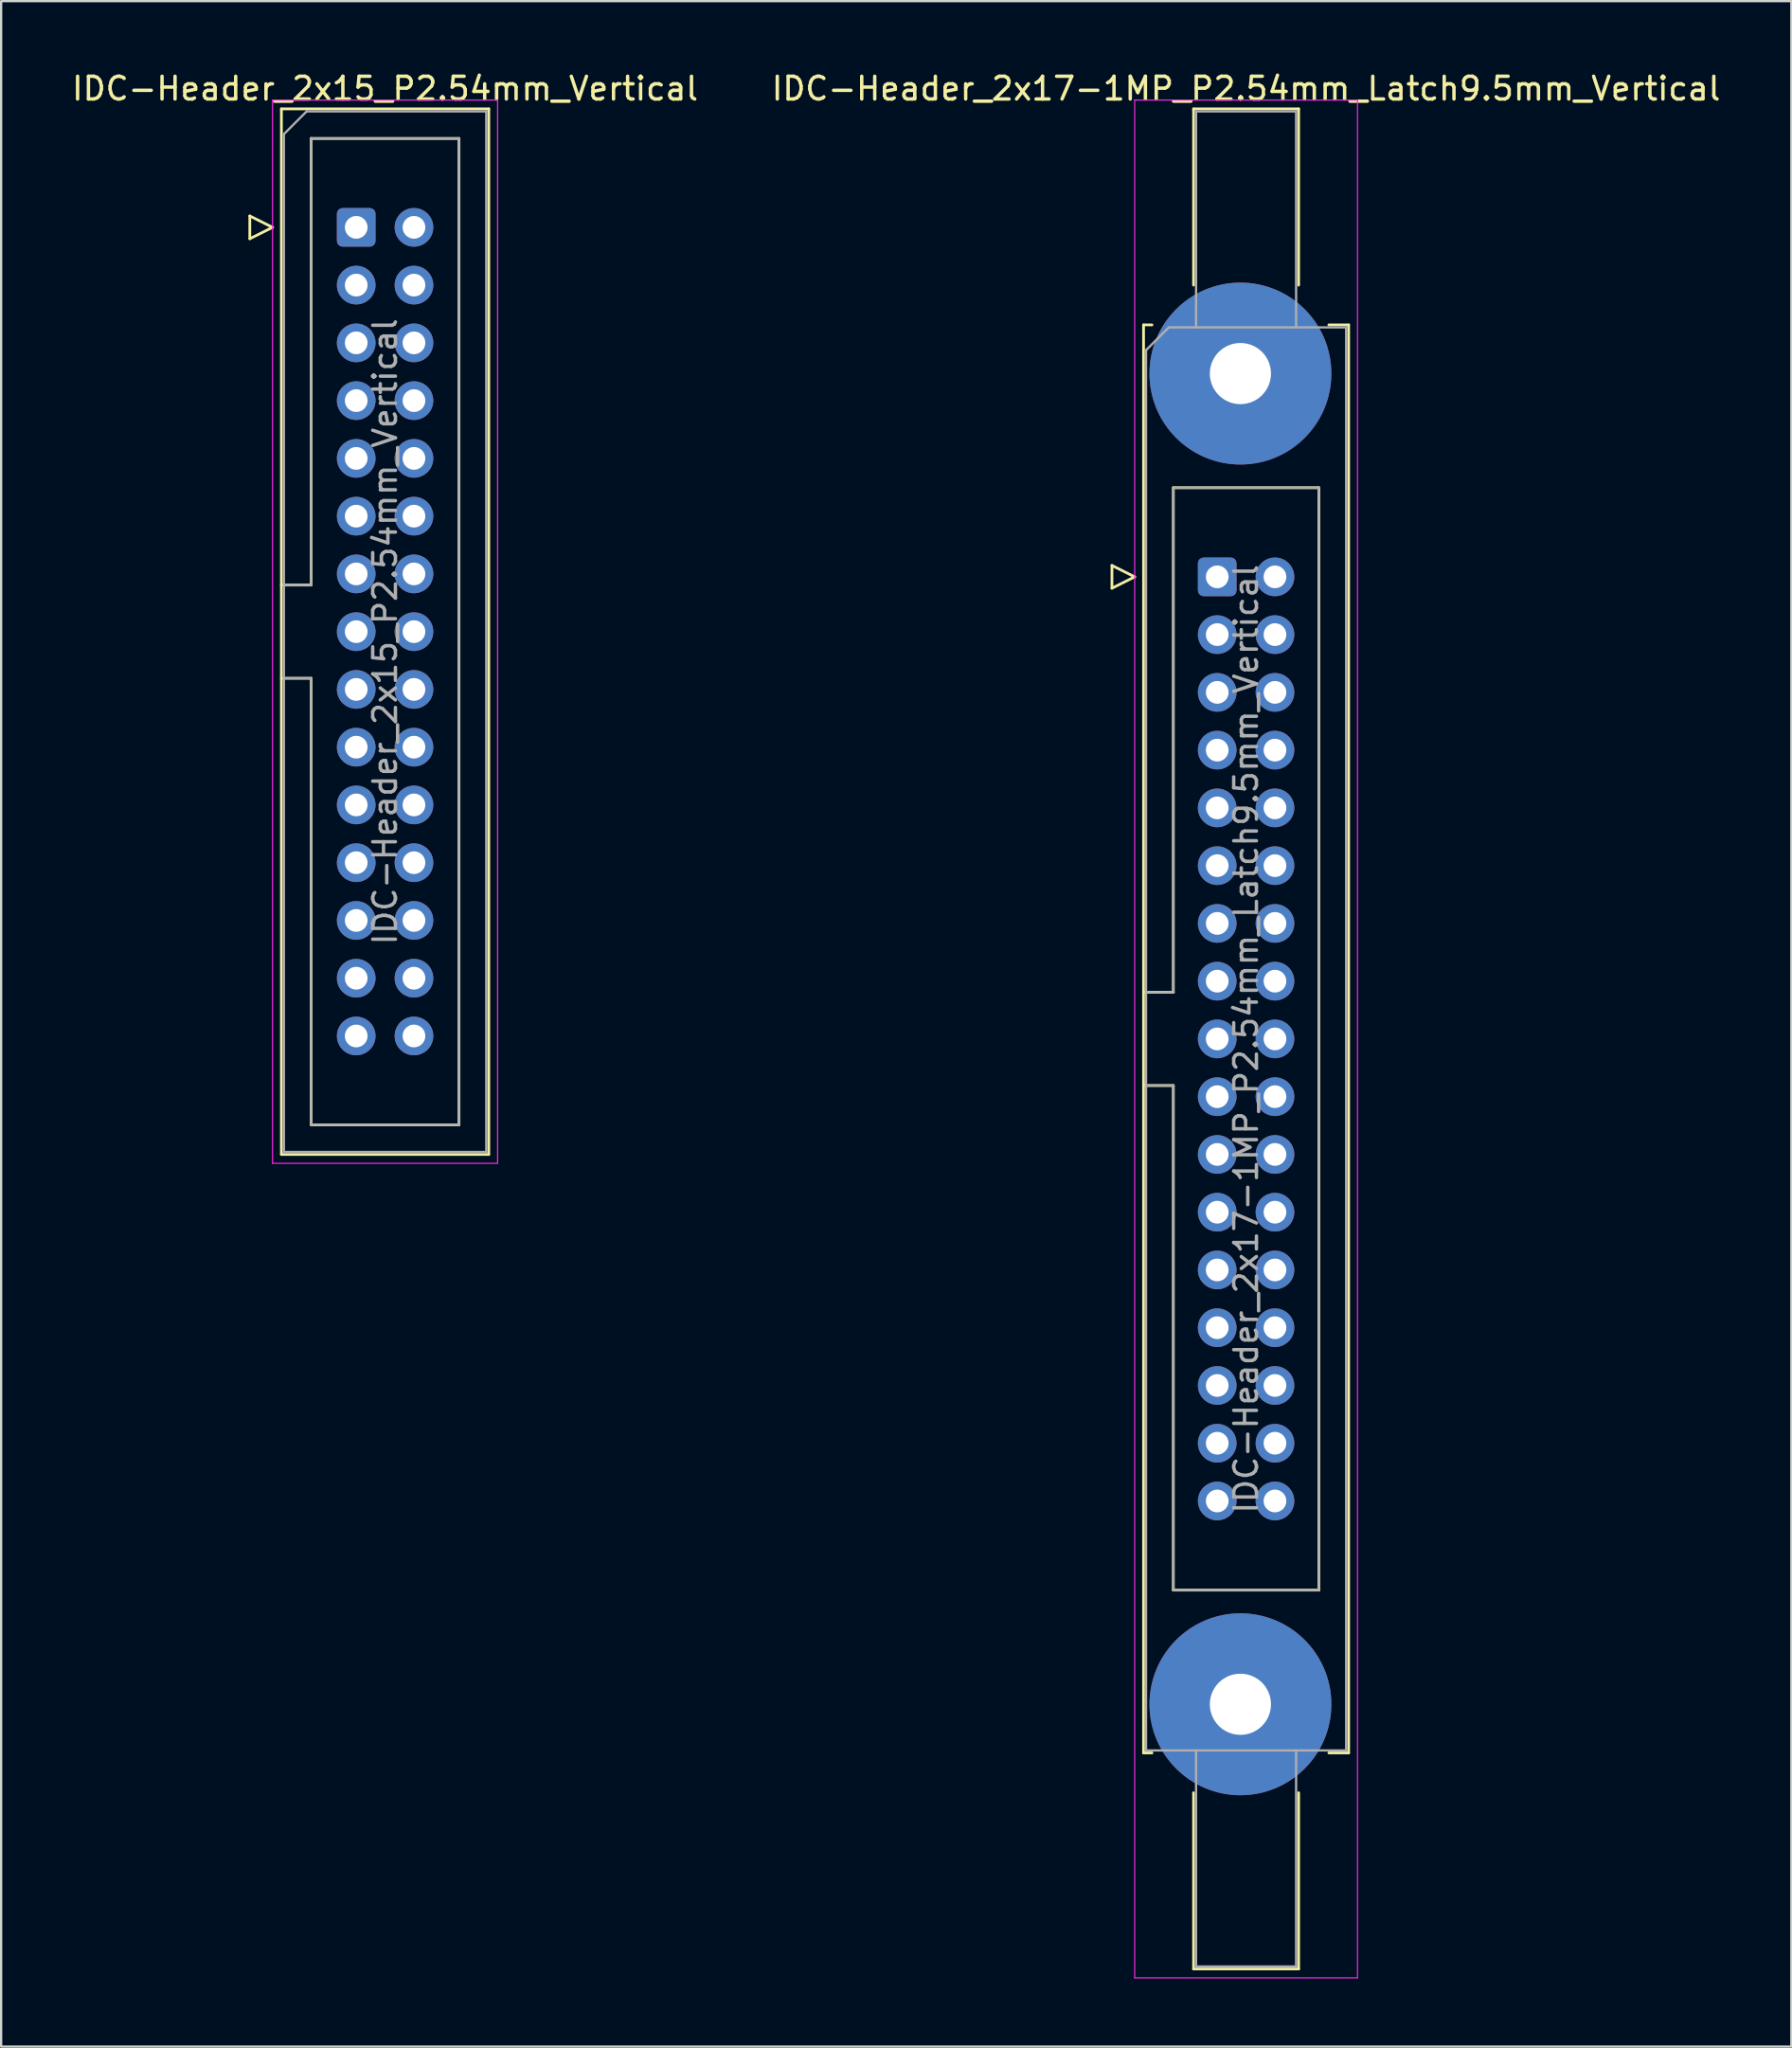
<source format=kicad_pcb>
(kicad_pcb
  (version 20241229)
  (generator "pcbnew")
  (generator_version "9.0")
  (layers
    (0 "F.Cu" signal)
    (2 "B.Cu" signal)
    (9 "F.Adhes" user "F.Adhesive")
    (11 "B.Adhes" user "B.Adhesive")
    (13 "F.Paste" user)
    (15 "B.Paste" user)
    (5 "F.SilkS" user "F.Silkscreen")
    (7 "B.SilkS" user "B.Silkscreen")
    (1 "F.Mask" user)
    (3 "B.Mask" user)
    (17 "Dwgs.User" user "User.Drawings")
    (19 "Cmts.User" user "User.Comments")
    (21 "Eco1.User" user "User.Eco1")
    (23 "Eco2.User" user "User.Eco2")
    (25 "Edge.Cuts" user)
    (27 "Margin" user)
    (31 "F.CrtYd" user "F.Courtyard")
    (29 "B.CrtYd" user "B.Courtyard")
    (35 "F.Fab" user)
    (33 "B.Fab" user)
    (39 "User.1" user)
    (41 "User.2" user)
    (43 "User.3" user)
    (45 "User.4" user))
  (footprint "IDC-Header_2x17-1MP_P2.54mm_Latch9.5mm_Vertical"
    (layer "F.Cu")
    (at 50.486 22.318)
    (property "Reference" "IDC-Header_2x17-1MP_P2.54mm_Latch9.5mm_Vertical" (at 1.27 -21.47 0) (layer "F.SilkS") (effects (font (size 1 1) (thickness 0.15))))
    (attr through_hole)
    (fp_line (start -4.63 -0.5) (end -4.63 0.5) (stroke (width 0.12) (type solid)) (layer "F.SilkS"))
    (fp_line (start -4.63 0.5) (end -3.63 0) (stroke (width 0.12) (type solid)) (layer "F.SilkS"))
    (fp_line (start -3.63 0) (end -4.63 -0.5) (stroke (width 0.12) (type solid)) (layer "F.SilkS"))
    (fp_line (start -3.24 -11.08) (end -3.24 51.72) (stroke (width 0.12) (type solid)) (layer "F.SilkS"))
    (fp_line (start -3.24 18.27) (end -1.93 18.27) (stroke (width 0.12) (type solid)) (layer "F.SilkS"))
    (fp_line (start -3.24 51.72) (end -2.87 51.72) (stroke (width 0.12) (type solid)) (layer "F.SilkS"))
    (fp_line (start -2.87 -11.08) (end -3.24 -11.08) (stroke (width 0.12) (type solid)) (layer "F.SilkS"))
    (fp_line (start -1.93 -3.92) (end 4.47 -3.92) (stroke (width 0.12) (type solid)) (layer "F.SilkS"))
    (fp_line (start -1.93 18.27) (end -1.93 -3.92) (stroke (width 0.12) (type solid)) (layer "F.SilkS"))
    (fp_line (start -1.93 22.37) (end -3.24 22.37) (stroke (width 0.12) (type solid)) (layer "F.SilkS"))
    (fp_line (start -1.93 44.56) (end -1.93 22.37) (stroke (width 0.12) (type solid)) (layer "F.SilkS"))
    (fp_line (start -1.04 -20.58) (end 3.58 -20.58) (stroke (width 0.12) (type solid)) (layer "F.SilkS"))
    (fp_line (start -1.04 -12.83) (end -1.04 -20.58) (stroke (width 0.12) (type solid)) (layer "F.SilkS"))
    (fp_line (start -1.04 53.47) (end -1.04 61.22) (stroke (width 0.12) (type solid)) (layer "F.SilkS"))
    (fp_line (start -1.04 61.22) (end 3.58 61.22) (stroke (width 0.12) (type solid)) (layer "F.SilkS"))
    (fp_line (start 3.58 -20.58) (end 3.58 -12.83) (stroke (width 0.12) (type solid)) (layer "F.SilkS"))
    (fp_line (start 3.58 61.22) (end 3.58 53.47) (stroke (width 0.12) (type solid)) (layer "F.SilkS"))
    (fp_line (start 4.47 -3.92) (end 4.47 44.56) (stroke (width 0.12) (type solid)) (layer "F.SilkS"))
    (fp_line (start 4.47 44.56) (end -1.93 44.56) (stroke (width 0.12) (type solid)) (layer "F.SilkS"))
    (fp_line (start 4.91 -11.08) (end 5.78 -11.08) (stroke (width 0.12) (type solid)) (layer "F.SilkS"))
    (fp_line (start 5.78 -11.08) (end 5.78 51.72) (stroke (width 0.12) (type solid)) (layer "F.SilkS"))
    (fp_line (start 5.78 51.72) (end 4.91 51.72) (stroke (width 0.12) (type solid)) (layer "F.SilkS"))
    (fp_line (start -3.63 -20.97) (end -3.63 61.61) (stroke (width 0.05) (type solid)) (layer "F.CrtYd"))
    (fp_line (start -3.63 61.61) (end 6.17 61.61) (stroke (width 0.05) (type solid)) (layer "F.CrtYd"))
    (fp_line (start 6.17 -20.97) (end -3.63 -20.97) (stroke (width 0.05) (type solid)) (layer "F.CrtYd"))
    (fp_line (start 6.17 61.61) (end 6.17 -20.97) (stroke (width 0.05) (type solid)) (layer "F.CrtYd"))
    (fp_line (start -3.13 -9.97) (end -2.13 -10.97) (stroke (width 0.1) (type solid)) (layer "F.Fab"))
    (fp_line (start -3.13 18.27) (end -1.93 18.27) (stroke (width 0.1) (type solid)) (layer "F.Fab"))
    (fp_line (start -3.13 51.61) (end -3.13 -9.97) (stroke (width 0.1) (type solid)) (layer "F.Fab"))
    (fp_line (start -2.13 -10.97) (end 5.67 -10.97) (stroke (width 0.1) (type solid)) (layer "F.Fab"))
    (fp_line (start -1.93 -3.92) (end 4.47 -3.92) (stroke (width 0.1) (type solid)) (layer "F.Fab"))
    (fp_line (start -1.93 18.27) (end -1.93 -3.92) (stroke (width 0.1) (type solid)) (layer "F.Fab"))
    (fp_line (start -1.93 22.37) (end -3.13 22.37) (stroke (width 0.1) (type solid)) (layer "F.Fab"))
    (fp_line (start -1.93 44.56) (end -1.93 22.37) (stroke (width 0.1) (type solid)) (layer "F.Fab"))
    (fp_line (start -0.93 -20.47) (end 3.47 -20.47) (stroke (width 0.1) (type solid)) (layer "F.Fab"))
    (fp_line (start -0.93 -10.97) (end -0.93 -20.47) (stroke (width 0.1) (type solid)) (layer "F.Fab"))
    (fp_line (start -0.93 51.61) (end -0.93 61.11) (stroke (width 0.1) (type solid)) (layer "F.Fab"))
    (fp_line (start -0.93 61.11) (end 3.47 61.11) (stroke (width 0.1) (type solid)) (layer "F.Fab"))
    (fp_line (start 3.47 -20.47) (end 3.47 -10.97) (stroke (width 0.1) (type solid)) (layer "F.Fab"))
    (fp_line (start 3.47 61.11) (end 3.47 51.61) (stroke (width 0.1) (type solid)) (layer "F.Fab"))
    (fp_line (start 4.47 -3.92) (end 4.47 44.56) (stroke (width 0.1) (type solid)) (layer "F.Fab"))
    (fp_line (start 4.47 44.56) (end -1.93 44.56) (stroke (width 0.1) (type solid)) (layer "F.Fab"))
    (fp_line (start 5.67 -10.97) (end 5.67 51.61) (stroke (width 0.1) (type solid)) (layer "F.Fab"))
    (fp_line (start 5.67 51.61) (end -3.13 51.61) (stroke (width 0.1) (type solid)) (layer "F.Fab"))
    (fp_text user "${REFERENCE}" (at 1.27 20.32 90) (layer "F.Fab") (effects (font (size 1 1) (thickness 0.15))))
    (pad "1" thru_hole roundrect (at 0 0) (size 1.7 1.7) (drill 1) (layers "*.Cu" "*.Mask") (roundrect_rratio 0.147))
    (pad "2" thru_hole circle (at 2.54 0) (size 1.7 1.7) (drill 1) (layers "*.Cu" "*.Mask"))
    (pad "3" thru_hole circle (at 0 2.54) (size 1.7 1.7) (drill 1) (layers "*.Cu" "*.Mask"))
    (pad "4" thru_hole circle (at 2.54 2.54) (size 1.7 1.7) (drill 1) (layers "*.Cu" "*.Mask"))
    (pad "5" thru_hole circle (at 0 5.08) (size 1.7 1.7) (drill 1) (layers "*.Cu" "*.Mask"))
    (pad "6" thru_hole circle (at 2.54 5.08) (size 1.7 1.7) (drill 1) (layers "*.Cu" "*.Mask"))
    (pad "7" thru_hole circle (at 0 7.62) (size 1.7 1.7) (drill 1) (layers "*.Cu" "*.Mask"))
    (pad "8" thru_hole circle (at 2.54 7.62) (size 1.7 1.7) (drill 1) (layers "*.Cu" "*.Mask"))
    (pad "9" thru_hole circle (at 0 10.16) (size 1.7 1.7) (drill 1) (layers "*.Cu" "*.Mask"))
    (pad "10" thru_hole circle (at 2.54 10.16) (size 1.7 1.7) (drill 1) (layers "*.Cu" "*.Mask"))
    (pad "11" thru_hole circle (at 0 12.7) (size 1.7 1.7) (drill 1) (layers "*.Cu" "*.Mask"))
    (pad "12" thru_hole circle (at 2.54 12.7) (size 1.7 1.7) (drill 1) (layers "*.Cu" "*.Mask"))
    (pad "13" thru_hole circle (at 0 15.24) (size 1.7 1.7) (drill 1) (layers "*.Cu" "*.Mask"))
    (pad "14" thru_hole circle (at 2.54 15.24) (size 1.7 1.7) (drill 1) (layers "*.Cu" "*.Mask"))
    (pad "15" thru_hole circle (at 0 17.78) (size 1.7 1.7) (drill 1) (layers "*.Cu" "*.Mask"))
    (pad "16" thru_hole circle (at 2.54 17.78) (size 1.7 1.7) (drill 1) (layers "*.Cu" "*.Mask"))
    (pad "17" thru_hole circle (at 0 20.32) (size 1.7 1.7) (drill 1) (layers "*.Cu" "*.Mask"))
    (pad "18" thru_hole circle (at 2.54 20.32) (size 1.7 1.7) (drill 1) (layers "*.Cu" "*.Mask"))
    (pad "19" thru_hole circle (at 0 22.86) (size 1.7 1.7) (drill 1) (layers "*.Cu" "*.Mask"))
    (pad "20" thru_hole circle (at 2.54 22.86) (size 1.7 1.7) (drill 1) (layers "*.Cu" "*.Mask"))
    (pad "21" thru_hole circle (at 0 25.4) (size 1.7 1.7) (drill 1) (layers "*.Cu" "*.Mask"))
    (pad "22" thru_hole circle (at 2.54 25.4) (size 1.7 1.7) (drill 1) (layers "*.Cu" "*.Mask"))
    (pad "23" thru_hole circle (at 0 27.94) (size 1.7 1.7) (drill 1) (layers "*.Cu" "*.Mask"))
    (pad "24" thru_hole circle (at 2.54 27.94) (size 1.7 1.7) (drill 1) (layers "*.Cu" "*.Mask"))
    (pad "25" thru_hole circle (at 0 30.48) (size 1.7 1.7) (drill 1) (layers "*.Cu" "*.Mask"))
    (pad "26" thru_hole circle (at 2.54 30.48) (size 1.7 1.7) (drill 1) (layers "*.Cu" "*.Mask"))
    (pad "27" thru_hole circle (at 0 33.02) (size 1.7 1.7) (drill 1) (layers "*.Cu" "*.Mask"))
    (pad "28" thru_hole circle (at 2.54 33.02) (size 1.7 1.7) (drill 1) (layers "*.Cu" "*.Mask"))
    (pad "29" thru_hole circle (at 0 35.56) (size 1.7 1.7) (drill 1) (layers "*.Cu" "*.Mask"))
    (pad "30" thru_hole circle (at 2.54 35.56) (size 1.7 1.7) (drill 1) (layers "*.Cu" "*.Mask"))
    (pad "31" thru_hole circle (at 0 38.1) (size 1.7 1.7) (drill 1) (layers "*.Cu" "*.Mask"))
    (pad "32" thru_hole circle (at 2.54 38.1) (size 1.7 1.7) (drill 1) (layers "*.Cu" "*.Mask"))
    (pad "33" thru_hole circle (at 0 40.64) (size 1.7 1.7) (drill 1) (layers "*.Cu" "*.Mask"))
    (pad "34" thru_hole circle (at 2.54 40.64) (size 1.7 1.7) (drill 1) (layers "*.Cu" "*.Mask"))
    (pad "MP" thru_hole circle (at 1.02 -8.94) (size 8 8) (drill 2.69) (layers "*.Cu" "*.Mask"))
    (pad "MP" thru_hole circle (at 1.02 49.58) (size 8 8) (drill 2.69) (layers "*.Cu" "*.Mask")))
  (footprint "IDC-Header_2x15_P2.54mm_Vertical"
    (layer "F.Cu")
    (at 12.617 6.948)
    (property "Reference" "IDC-Header_2x15_P2.54mm_Vertical" (at 1.27 -6.1 0) (layer "F.SilkS") (effects (font (size 1 1) (thickness 0.15))))
    (attr through_hole)
    (fp_line (start -4.68 -0.5) (end -4.68 0.5) (stroke (width 0.12) (type solid)) (layer "F.SilkS"))
    (fp_line (start -4.68 0.5) (end -3.68 0) (stroke (width 0.12) (type solid)) (layer "F.SilkS"))
    (fp_line (start -3.68 0) (end -4.68 -0.5) (stroke (width 0.12) (type solid)) (layer "F.SilkS"))
    (fp_line (start -3.29 -5.21) (end 5.83 -5.21) (stroke (width 0.12) (type solid)) (layer "F.SilkS"))
    (fp_line (start -3.29 15.73) (end -1.98 15.73) (stroke (width 0.12) (type solid)) (layer "F.SilkS"))
    (fp_line (start -3.29 40.77) (end -3.29 -5.21) (stroke (width 0.12) (type solid)) (layer "F.SilkS"))
    (fp_line (start -1.98 -3.91) (end 4.52 -3.91) (stroke (width 0.12) (type solid)) (layer "F.SilkS"))
    (fp_line (start -1.98 15.73) (end -1.98 -3.91) (stroke (width 0.12) (type solid)) (layer "F.SilkS"))
    (fp_line (start -1.98 19.83) (end -3.29 19.83) (stroke (width 0.12) (type solid)) (layer "F.SilkS"))
    (fp_line (start -1.98 39.47) (end -1.98 19.83) (stroke (width 0.12) (type solid)) (layer "F.SilkS"))
    (fp_line (start 4.52 -3.91) (end 4.52 39.47) (stroke (width 0.12) (type solid)) (layer "F.SilkS"))
    (fp_line (start 4.52 39.47) (end -1.98 39.47) (stroke (width 0.12) (type solid)) (layer "F.SilkS"))
    (fp_line (start 5.83 -5.21) (end 5.83 40.77) (stroke (width 0.12) (type solid)) (layer "F.SilkS"))
    (fp_line (start 5.83 40.77) (end -3.29 40.77) (stroke (width 0.12) (type solid)) (layer "F.SilkS"))
    (fp_line (start -3.68 -5.6) (end -3.68 41.16) (stroke (width 0.05) (type solid)) (layer "F.CrtYd"))
    (fp_line (start -3.68 41.16) (end 6.22 41.16) (stroke (width 0.05) (type solid)) (layer "F.CrtYd"))
    (fp_line (start 6.22 -5.6) (end -3.68 -5.6) (stroke (width 0.05) (type solid)) (layer "F.CrtYd"))
    (fp_line (start 6.22 41.16) (end 6.22 -5.6) (stroke (width 0.05) (type solid)) (layer "F.CrtYd"))
    (fp_line (start -3.18 -4.1) (end -2.18 -5.1) (stroke (width 0.1) (type solid)) (layer "F.Fab"))
    (fp_line (start -3.18 15.73) (end -1.98 15.73) (stroke (width 0.1) (type solid)) (layer "F.Fab"))
    (fp_line (start -3.18 40.66) (end -3.18 -4.1) (stroke (width 0.1) (type solid)) (layer "F.Fab"))
    (fp_line (start -2.18 -5.1) (end 5.72 -5.1) (stroke (width 0.1) (type solid)) (layer "F.Fab"))
    (fp_line (start -1.98 -3.91) (end 4.52 -3.91) (stroke (width 0.1) (type solid)) (layer "F.Fab"))
    (fp_line (start -1.98 15.73) (end -1.98 -3.91) (stroke (width 0.1) (type solid)) (layer "F.Fab"))
    (fp_line (start -1.98 19.83) (end -3.18 19.83) (stroke (width 0.1) (type solid)) (layer "F.Fab"))
    (fp_line (start -1.98 39.47) (end -1.98 19.83) (stroke (width 0.1) (type solid)) (layer "F.Fab"))
    (fp_line (start 4.52 -3.91) (end 4.52 39.47) (stroke (width 0.1) (type solid)) (layer "F.Fab"))
    (fp_line (start 4.52 39.47) (end -1.98 39.47) (stroke (width 0.1) (type solid)) (layer "F.Fab"))
    (fp_line (start 5.72 -5.1) (end 5.72 40.66) (stroke (width 0.1) (type solid)) (layer "F.Fab"))
    (fp_line (start 5.72 40.66) (end -3.18 40.66) (stroke (width 0.1) (type solid)) (layer "F.Fab"))
    (fp_text user "${REFERENCE}" (at 1.27 17.78 90) (layer "F.Fab") (effects (font (size 1 1) (thickness 0.15))))
    (pad "1" thru_hole roundrect (at 0 0) (size 1.7 1.7) (drill 1) (layers "*.Cu" "*.Mask") (roundrect_rratio 0.147))
    (pad "2" thru_hole circle (at 2.54 0) (size 1.7 1.7) (drill 1) (layers "*.Cu" "*.Mask"))
    (pad "3" thru_hole circle (at 0 2.54) (size 1.7 1.7) (drill 1) (layers "*.Cu" "*.Mask"))
    (pad "4" thru_hole circle (at 2.54 2.54) (size 1.7 1.7) (drill 1) (layers "*.Cu" "*.Mask"))
    (pad "5" thru_hole circle (at 0 5.08) (size 1.7 1.7) (drill 1) (layers "*.Cu" "*.Mask"))
    (pad "6" thru_hole circle (at 2.54 5.08) (size 1.7 1.7) (drill 1) (layers "*.Cu" "*.Mask"))
    (pad "7" thru_hole circle (at 0 7.62) (size 1.7 1.7) (drill 1) (layers "*.Cu" "*.Mask"))
    (pad "8" thru_hole circle (at 2.54 7.62) (size 1.7 1.7) (drill 1) (layers "*.Cu" "*.Mask"))
    (pad "9" thru_hole circle (at 0 10.16) (size 1.7 1.7) (drill 1) (layers "*.Cu" "*.Mask"))
    (pad "10" thru_hole circle (at 2.54 10.16) (size 1.7 1.7) (drill 1) (layers "*.Cu" "*.Mask"))
    (pad "11" thru_hole circle (at 0 12.7) (size 1.7 1.7) (drill 1) (layers "*.Cu" "*.Mask"))
    (pad "12" thru_hole circle (at 2.54 12.7) (size 1.7 1.7) (drill 1) (layers "*.Cu" "*.Mask"))
    (pad "13" thru_hole circle (at 0 15.24) (size 1.7 1.7) (drill 1) (layers "*.Cu" "*.Mask"))
    (pad "14" thru_hole circle (at 2.54 15.24) (size 1.7 1.7) (drill 1) (layers "*.Cu" "*.Mask"))
    (pad "15" thru_hole circle (at 0 17.78) (size 1.7 1.7) (drill 1) (layers "*.Cu" "*.Mask"))
    (pad "16" thru_hole circle (at 2.54 17.78) (size 1.7 1.7) (drill 1) (layers "*.Cu" "*.Mask"))
    (pad "17" thru_hole circle (at 0 20.32) (size 1.7 1.7) (drill 1) (layers "*.Cu" "*.Mask"))
    (pad "18" thru_hole circle (at 2.54 20.32) (size 1.7 1.7) (drill 1) (layers "*.Cu" "*.Mask"))
    (pad "19" thru_hole circle (at 0 22.86) (size 1.7 1.7) (drill 1) (layers "*.Cu" "*.Mask"))
    (pad "20" thru_hole circle (at 2.54 22.86) (size 1.7 1.7) (drill 1) (layers "*.Cu" "*.Mask"))
    (pad "21" thru_hole circle (at 0 25.4) (size 1.7 1.7) (drill 1) (layers "*.Cu" "*.Mask"))
    (pad "22" thru_hole circle (at 2.54 25.4) (size 1.7 1.7) (drill 1) (layers "*.Cu" "*.Mask"))
    (pad "23" thru_hole circle (at 0 27.94) (size 1.7 1.7) (drill 1) (layers "*.Cu" "*.Mask"))
    (pad "24" thru_hole circle (at 2.54 27.94) (size 1.7 1.7) (drill 1) (layers "*.Cu" "*.Mask"))
    (pad "25" thru_hole circle (at 0 30.48) (size 1.7 1.7) (drill 1) (layers "*.Cu" "*.Mask"))
    (pad "26" thru_hole circle (at 2.54 30.48) (size 1.7 1.7) (drill 1) (layers "*.Cu" "*.Mask"))
    (pad "27" thru_hole circle (at 0 33.02) (size 1.7 1.7) (drill 1) (layers "*.Cu" "*.Mask"))
    (pad "28" thru_hole circle (at 2.54 33.02) (size 1.7 1.7) (drill 1) (layers "*.Cu" "*.Mask"))
    (pad "29" thru_hole circle (at 0 35.56) (size 1.7 1.7) (drill 1) (layers "*.Cu" "*.Mask"))
    (pad "30" thru_hole circle (at 2.54 35.56) (size 1.7 1.7) (drill 1) (layers "*.Cu" "*.Mask")))
  (gr_rect
    (start -3 -3)
    (end 75.738 86.953)
    (stroke (width 0.1) (type default))
    (fill no)
    (layer "Edge.Cuts")))
</source>
